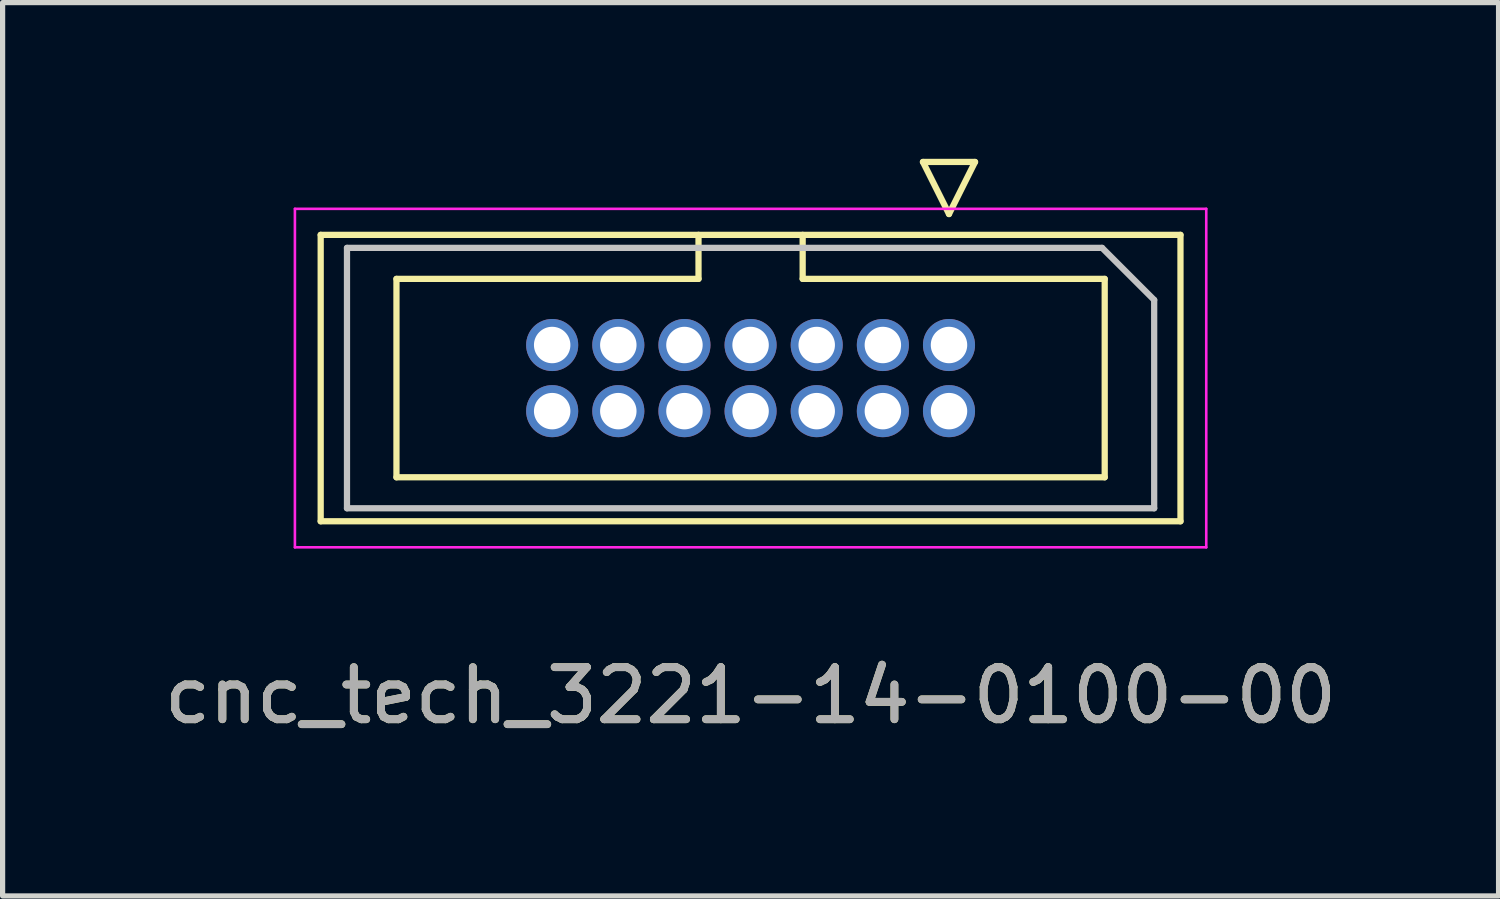
<source format=kicad_pcb>
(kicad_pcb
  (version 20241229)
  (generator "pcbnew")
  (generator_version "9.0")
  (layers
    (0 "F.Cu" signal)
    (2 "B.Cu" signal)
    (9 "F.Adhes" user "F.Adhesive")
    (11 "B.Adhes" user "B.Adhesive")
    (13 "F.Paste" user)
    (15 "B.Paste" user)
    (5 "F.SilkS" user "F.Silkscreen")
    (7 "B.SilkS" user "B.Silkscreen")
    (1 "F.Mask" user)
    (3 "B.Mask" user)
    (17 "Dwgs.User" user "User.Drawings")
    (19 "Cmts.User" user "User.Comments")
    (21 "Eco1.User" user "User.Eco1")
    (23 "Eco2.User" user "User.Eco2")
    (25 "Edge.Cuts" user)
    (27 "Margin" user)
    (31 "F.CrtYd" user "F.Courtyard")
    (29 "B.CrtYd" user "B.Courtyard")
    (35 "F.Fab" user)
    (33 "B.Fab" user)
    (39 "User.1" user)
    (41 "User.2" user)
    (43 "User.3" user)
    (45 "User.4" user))
  (footprint "cnc_tech_3221-14-0100-00"
    (layer "F.Cu")
    (at 11.363 4.21)
    (property "Reference" "cnc_tech_3221-14-0100-00" (at 0 6.096 0) (unlocked yes) (layer "F.SilkS") (effects (font (size 1 1) (thickness 0.15))))
    (attr through_hole)
    (fp_line (start -8.255 -2.75) (end -8.255 2.75) (stroke (width 0.12) (type solid)) (layer "F.SilkS"))
    (fp_line (start -8.255 2.75) (end 8.255 2.75) (stroke (width 0.12) (type solid)) (layer "F.SilkS"))
    (fp_line (start -6.8 -1.905) (end -6.8 1.905) (stroke (width 0.12) (type solid)) (layer "F.SilkS"))
    (fp_line (start -6.8 1.905) (end 6.8 1.905) (stroke (width 0.12) (type solid)) (layer "F.SilkS"))
    (fp_line (start -1 -2.75) (end -1 -1.905) (stroke (width 0.12) (type solid)) (layer "F.SilkS"))
    (fp_line (start -1 -1.905) (end -6.8 -1.905) (stroke (width 0.12) (type solid)) (layer "F.SilkS"))
    (fp_line (start 1 -1.905) (end 1 -2.75) (stroke (width 0.12) (type solid)) (layer "F.SilkS"))
    (fp_line (start 3.31 -4.15) (end 4.31 -4.15) (stroke (width 0.12) (type solid)) (layer "F.SilkS"))
    (fp_line (start 3.81 -3.15) (end 3.31 -4.15) (stroke (width 0.12) (type solid)) (layer "F.SilkS"))
    (fp_line (start 4.31 -4.15) (end 3.81 -3.15) (stroke (width 0.12) (type solid)) (layer "F.SilkS"))
    (fp_line (start 6.8 -1.905) (end 1 -1.905) (stroke (width 0.12) (type solid)) (layer "F.SilkS"))
    (fp_line (start 6.8 1.905) (end 6.8 -1.905) (stroke (width 0.12) (type solid)) (layer "F.SilkS"))
    (fp_line (start 8.255 -2.75) (end -8.255 -2.75) (stroke (width 0.12) (type solid)) (layer "F.SilkS"))
    (fp_line (start 8.255 2.75) (end 8.255 -2.75) (stroke (width 0.12) (type solid)) (layer "F.SilkS"))
    (fp_line (start -7.75 -2.5) (end -7.75 2.5) (stroke (width 0.12) (type solid)) (layer "Dwgs.User"))
    (fp_line (start -7.75 2.5) (end 7.75 2.5) (stroke (width 0.12) (type solid)) (layer "Dwgs.User"))
    (fp_line (start 6.75 -2.5) (end -7.75 -2.5) (stroke (width 0.12) (type solid)) (layer "Dwgs.User"))
    (fp_line (start 7.75 -1.5) (end 6.75 -2.5) (stroke (width 0.12) (type solid)) (layer "Dwgs.User"))
    (fp_line (start 7.75 2.5) (end 7.75 -1.5) (stroke (width 0.12) (type solid)) (layer "Dwgs.User"))
    (fp_line (start -8.75 -3.25) (end -8.75 3.25) (stroke (width 0.05) (type solid)) (layer "F.CrtYd"))
    (fp_line (start -8.75 3.25) (end 8.75 3.25) (stroke (width 0.05) (type solid)) (layer "F.CrtYd"))
    (fp_line (start 8.75 -3.25) (end -8.75 -3.25) (stroke (width 0.05) (type solid)) (layer "F.CrtYd"))
    (fp_line (start 8.75 3.25) (end 8.75 -3.25) (stroke (width 0.05) (type solid)) (layer "F.CrtYd"))
    (fp_text user "${REFERENCE}" (at 0 6.096 0) (unlocked yes) (layer "F.Fab") (effects (font (size 1 1) (thickness 0.15))))
    (pad "1" thru_hole circle (at 3.81 -0.635) (size 1 1) (drill 0.7) (layers "*.Cu" "*.Mask"))
    (pad "2" thru_hole circle (at 3.81 0.635) (size 1 1) (drill 0.7) (layers "*.Cu" "*.Mask"))
    (pad "3" thru_hole circle (at 2.54 -0.635) (size 1 1) (drill 0.7) (layers "*.Cu" "*.Mask"))
    (pad "4" thru_hole circle (at 2.54 0.635) (size 1 1) (drill 0.7) (layers "*.Cu" "*.Mask"))
    (pad "5" thru_hole circle (at 1.27 -0.635) (size 1 1) (drill 0.7) (layers "*.Cu" "*.Mask"))
    (pad "6" thru_hole circle (at 1.27 0.635) (size 1 1) (drill 0.7) (layers "*.Cu" "*.Mask"))
    (pad "7" thru_hole circle (at 0 -0.635) (size 1 1) (drill 0.7) (layers "*.Cu" "*.Mask"))
    (pad "8" thru_hole circle (at 0 0.635) (size 1 1) (drill 0.7) (layers "*.Cu" "*.Mask"))
    (pad "9" thru_hole circle (at -1.27 -0.635) (size 1 1) (drill 0.7) (layers "*.Cu" "*.Mask"))
    (pad "10" thru_hole circle (at -1.27 0.635) (size 1 1) (drill 0.7) (layers "*.Cu" "*.Mask"))
    (pad "11" thru_hole circle (at -2.54 -0.635) (size 1 1) (drill 0.7) (layers "*.Cu" "*.Mask"))
    (pad "12" thru_hole circle (at -2.54 0.635) (size 1 1) (drill 0.7) (layers "*.Cu" "*.Mask"))
    (pad "13" thru_hole circle (at -3.81 -0.635) (size 1 1) (drill 0.7) (layers "*.Cu" "*.Mask"))
    (pad "14" thru_hole circle (at -3.81 0.635) (size 1 1) (drill 0.7) (layers "*.Cu" "*.Mask")))
  (gr_rect
    (start -3 -3)
    (end 25.726 14.154)
    (stroke (width 0.1) (type default))
    (fill no)
    (layer "Edge.Cuts")))
</source>
